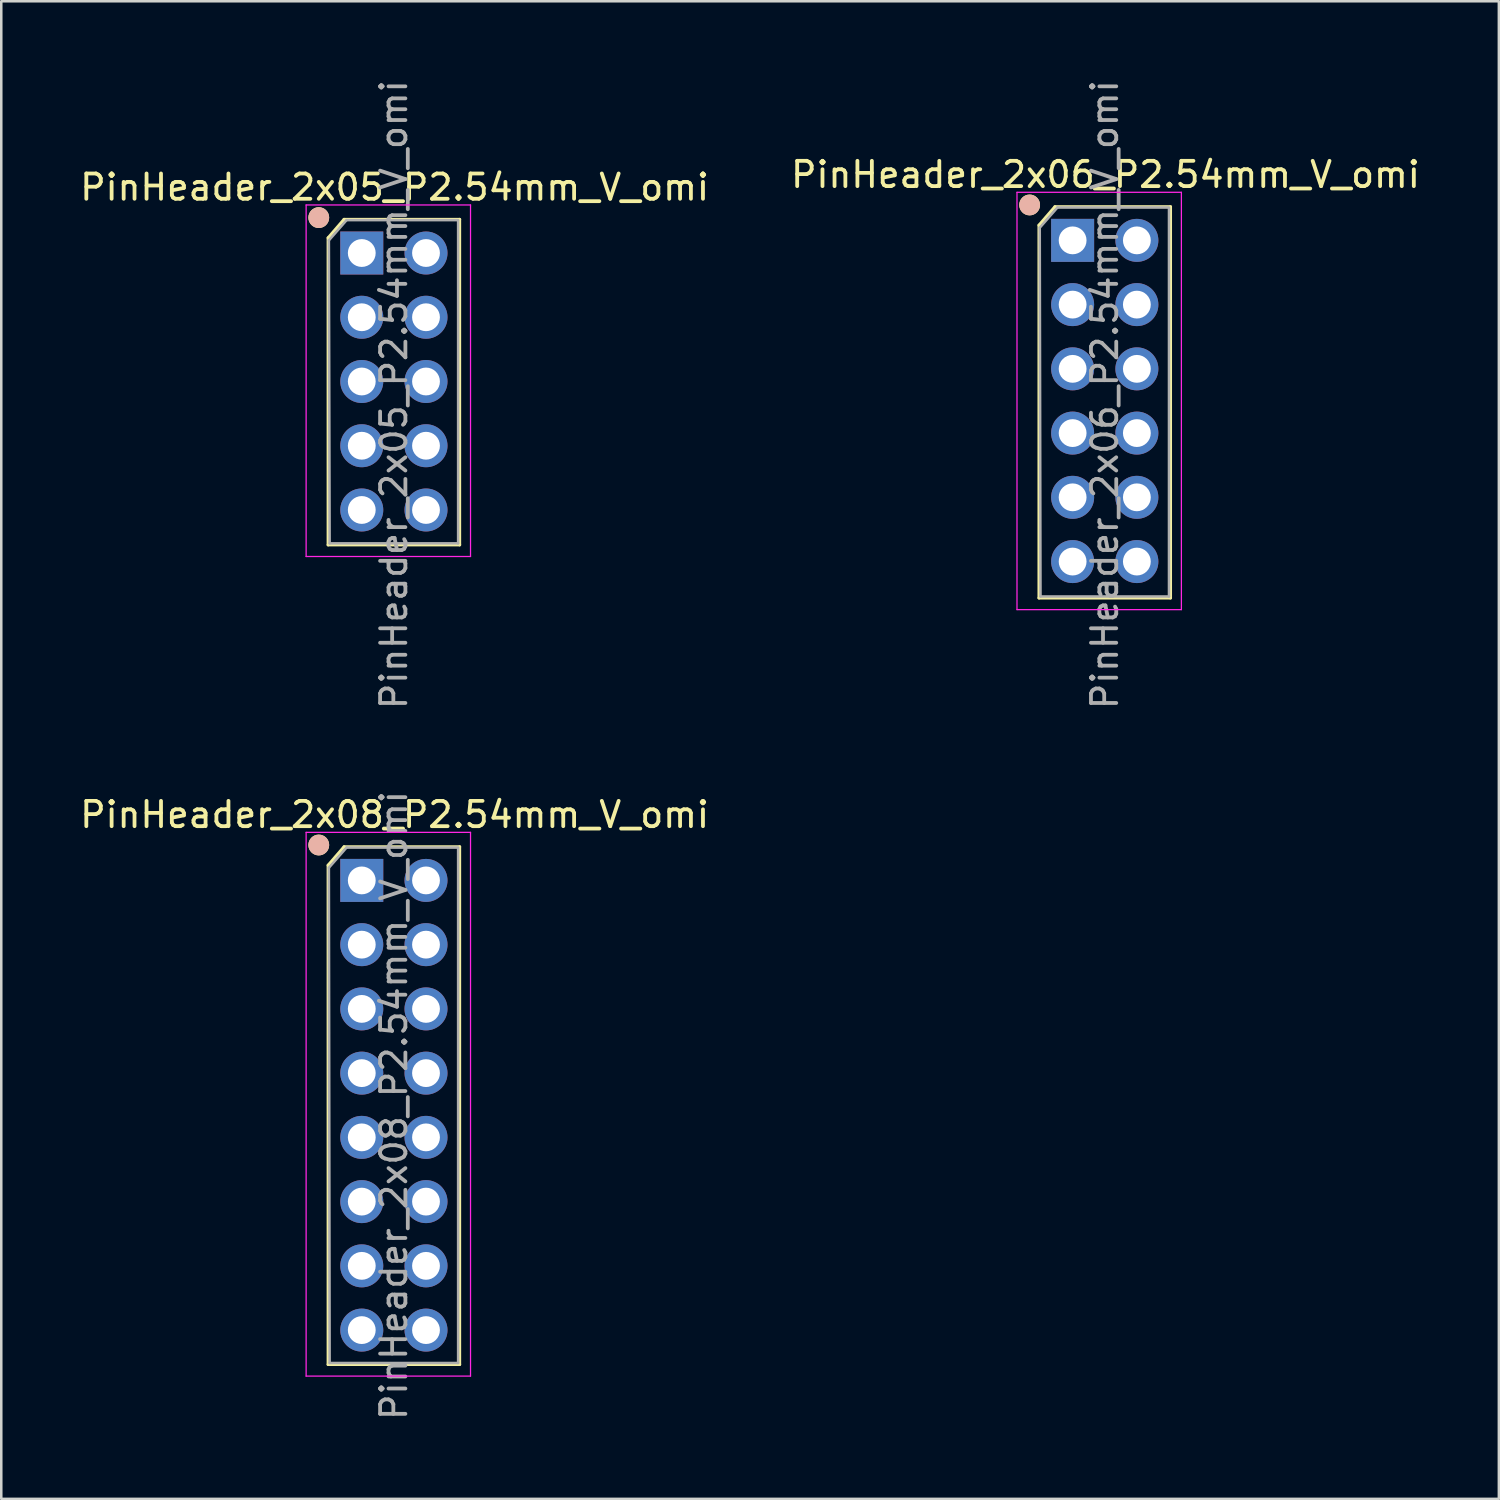
<source format=kicad_pcb>
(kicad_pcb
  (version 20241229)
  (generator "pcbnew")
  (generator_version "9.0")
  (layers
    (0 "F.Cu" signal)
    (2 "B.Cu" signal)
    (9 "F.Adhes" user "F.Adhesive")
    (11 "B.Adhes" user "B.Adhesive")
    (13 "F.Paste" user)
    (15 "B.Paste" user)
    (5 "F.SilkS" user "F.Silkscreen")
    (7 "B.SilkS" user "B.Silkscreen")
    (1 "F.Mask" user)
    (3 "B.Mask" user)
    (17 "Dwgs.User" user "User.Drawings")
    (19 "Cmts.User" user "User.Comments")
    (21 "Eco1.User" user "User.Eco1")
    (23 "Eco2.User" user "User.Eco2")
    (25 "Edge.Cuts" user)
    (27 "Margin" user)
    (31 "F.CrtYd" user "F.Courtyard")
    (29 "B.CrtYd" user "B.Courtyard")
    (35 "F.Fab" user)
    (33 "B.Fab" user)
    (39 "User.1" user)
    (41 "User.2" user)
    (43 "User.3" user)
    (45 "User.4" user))
  (footprint "PinHeader_2x08_P2.54mm_V_omi"
    (layer "F.Cu")
    (at 11.254 31.761)
    (property "Reference" "PinHeader_2x08_P2.54mm_V_omi" (at 1.3 -2.6 0) (layer "F.SilkS") (effects (font (size 1 1) (thickness 0.15))))
    (attr through_hole)
    (fp_line (start -1.33 -0.6) (end -1.33 19.14) (stroke (width 0.12) (type solid)) (layer "F.SilkS"))
    (fp_line (start -1.33 -0.6) (end -0.7 -1.33) (stroke (width 0.12) (type solid)) (layer "F.SilkS"))
    (fp_line (start -1.33 19.14) (end 3.87 19.14) (stroke (width 0.12) (type solid)) (layer "F.SilkS"))
    (fp_line (start -0.7 -1.33) (end 3.87 -1.33) (stroke (width 0.12) (type solid)) (layer "F.SilkS"))
    (fp_line (start 3.87 -1.33) (end 3.87 19.14) (stroke (width 0.12) (type solid)) (layer "F.SilkS"))
    (fp_circle (center -1.7 -1.4) (end -1.339 -1.4) (stroke (width 0.1) (type solid)) (fill yes) (layer "F.SilkS"))
    (fp_circle (center -1.7 -1.4) (end -1.339 -1.4) (stroke (width 0.1) (type solid)) (fill yes) (layer "B.SilkS"))
    (fp_line (start -2.2 -1.9) (end -2.2 19.6) (stroke (width 0.05) (type solid)) (layer "F.CrtYd"))
    (fp_line (start -2.2 19.6) (end 4.3 19.6) (stroke (width 0.05) (type solid)) (layer "F.CrtYd"))
    (fp_line (start 4.3 -1.9) (end -2.2 -1.9) (stroke (width 0.05) (type solid)) (layer "F.CrtYd"))
    (fp_line (start 4.3 19.6) (end 4.3 -1.9) (stroke (width 0.05) (type solid)) (layer "F.CrtYd"))
    (fp_line (start -1.3 -0.5) (end -0.6 -1.3) (stroke (width 0.1) (type solid)) (layer "F.Fab"))
    (fp_line (start -1.27 19.08) (end -1.3 -0.5) (stroke (width 0.1) (type solid)) (layer "F.Fab"))
    (fp_line (start -0.6 -1.3) (end 3.81 -1.3) (stroke (width 0.1) (type solid)) (layer "F.Fab"))
    (fp_line (start 3.81 -1.27) (end 3.81 19.08) (stroke (width 0.1) (type solid)) (layer "F.Fab"))
    (fp_line (start 3.81 19.08) (end -1.27 19.08) (stroke (width 0.1) (type solid)) (layer "F.Fab"))
    (fp_text user "${REFERENCE}" (at 1.27 8.9 90) (layer "F.Fab") (effects (font (size 1 1) (thickness 0.15))))
    (pad "1" thru_hole rect (at 0 0) (size 1.7 1.7) (drill 1.1) (layers "*.Cu" "*.Mask"))
    (pad "2" thru_hole oval (at 2.54 0) (size 1.7 1.7) (drill 1.1) (layers "*.Cu" "*.Mask"))
    (pad "3" thru_hole oval (at 0 2.54) (size 1.7 1.7) (drill 1.1) (layers "*.Cu" "*.Mask"))
    (pad "4" thru_hole oval (at 2.54 2.54) (size 1.7 1.7) (drill 1.1) (layers "*.Cu" "*.Mask"))
    (pad "5" thru_hole oval (at 0 5.08) (size 1.7 1.7) (drill 1.1) (layers "*.Cu" "*.Mask"))
    (pad "6" thru_hole oval (at 2.54 5.08) (size 1.7 1.7) (drill 1.1) (layers "*.Cu" "*.Mask"))
    (pad "7" thru_hole oval (at 0 7.62) (size 1.7 1.7) (drill 1.1) (layers "*.Cu" "*.Mask"))
    (pad "8" thru_hole oval (at 2.54 7.62) (size 1.7 1.7) (drill 1.1) (layers "*.Cu" "*.Mask"))
    (pad "9" thru_hole oval (at 0 10.16) (size 1.7 1.7) (drill 1.1) (layers "*.Cu" "*.Mask"))
    (pad "10" thru_hole oval (at 2.54 10.16) (size 1.7 1.7) (drill 1.1) (layers "*.Cu" "*.Mask"))
    (pad "11" thru_hole oval (at 0 12.7) (size 1.7 1.7) (drill 1.1) (layers "*.Cu" "*.Mask"))
    (pad "12" thru_hole oval (at 2.54 12.7) (size 1.7 1.7) (drill 1.1) (layers "*.Cu" "*.Mask"))
    (pad "13" thru_hole oval (at 0 15.24) (size 1.7 1.7) (drill 1.1) (layers "*.Cu" "*.Mask"))
    (pad "14" thru_hole oval (at 2.54 15.24) (size 1.7 1.7) (drill 1.1) (layers "*.Cu" "*.Mask"))
    (pad "15" thru_hole oval (at 0 17.78) (size 1.7 1.7) (drill 1.1) (layers "*.Cu" "*.Mask"))
    (pad "16" thru_hole oval (at 2.54 17.78) (size 1.7 1.7) (drill 1.1) (layers "*.Cu" "*.Mask")))
  (footprint "PinHeader_2x05_P2.54mm_V_omi"
    (layer "F.Cu")
    (at 11.254 6.954)
    (property "Reference" "PinHeader_2x05_P2.54mm_V_omi" (at 1.3 -2.6 0) (layer "F.SilkS") (effects (font (size 1 1) (thickness 0.15))))
    (attr through_hole)
    (fp_line (start -1.33 -0.6) (end -1.33 11.54) (stroke (width 0.12) (type solid)) (layer "F.SilkS"))
    (fp_line (start -1.33 -0.6) (end -0.7 -1.33) (stroke (width 0.12) (type solid)) (layer "F.SilkS"))
    (fp_line (start -1.33 11.54) (end 3.87 11.54) (stroke (width 0.12) (type solid)) (layer "F.SilkS"))
    (fp_line (start -0.7 -1.33) (end 3.87 -1.33) (stroke (width 0.12) (type solid)) (layer "F.SilkS"))
    (fp_line (start 3.87 -1.33) (end 3.87 11.54) (stroke (width 0.12) (type solid)) (layer "F.SilkS"))
    (fp_circle (center -1.7 -1.4) (end -1.339 -1.4) (stroke (width 0.1) (type solid)) (fill yes) (layer "F.SilkS"))
    (fp_circle (center -1.7 -1.4) (end -1.339 -1.4) (stroke (width 0.1) (type solid)) (fill yes) (layer "B.SilkS"))
    (fp_line (start -2.2 -1.9) (end -2.2 12) (stroke (width 0.05) (type solid)) (layer "F.CrtYd"))
    (fp_line (start -2.2 12) (end 4.3 12) (stroke (width 0.05) (type solid)) (layer "F.CrtYd"))
    (fp_line (start 4.3 -1.9) (end -2.2 -1.9) (stroke (width 0.05) (type solid)) (layer "F.CrtYd"))
    (fp_line (start 4.3 12) (end 4.3 -1.9) (stroke (width 0.05) (type solid)) (layer "F.CrtYd"))
    (fp_line (start -1.3 -0.5) (end -0.6 -1.3) (stroke (width 0.1) (type solid)) (layer "F.Fab"))
    (fp_line (start -1.27 11.48) (end -1.3 -0.5) (stroke (width 0.1) (type solid)) (layer "F.Fab"))
    (fp_line (start -0.6 -1.3) (end 3.81 -1.3) (stroke (width 0.1) (type solid)) (layer "F.Fab"))
    (fp_line (start 3.81 -1.27) (end 3.81 11.48) (stroke (width 0.1) (type solid)) (layer "F.Fab"))
    (fp_line (start 3.81 11.48) (end -1.27 11.48) (stroke (width 0.1) (type solid)) (layer "F.Fab"))
    (fp_text user "${REFERENCE}" (at 1.27 5.6 90) (layer "F.Fab") (effects (font (size 1 1) (thickness 0.15))))
    (pad "1" thru_hole rect (at 0 0) (size 1.7 1.7) (drill 1.1) (layers "*.Cu" "*.Mask"))
    (pad "2" thru_hole oval (at 2.54 0) (size 1.7 1.7) (drill 1.1) (layers "*.Cu" "*.Mask"))
    (pad "3" thru_hole oval (at 0 2.54) (size 1.7 1.7) (drill 1.1) (layers "*.Cu" "*.Mask"))
    (pad "4" thru_hole oval (at 2.54 2.54) (size 1.7 1.7) (drill 1.1) (layers "*.Cu" "*.Mask"))
    (pad "5" thru_hole oval (at 0 5.08) (size 1.7 1.7) (drill 1.1) (layers "*.Cu" "*.Mask"))
    (pad "6" thru_hole oval (at 2.54 5.08) (size 1.7 1.7) (drill 1.1) (layers "*.Cu" "*.Mask"))
    (pad "7" thru_hole oval (at 0 7.62) (size 1.7 1.7) (drill 1.1) (layers "*.Cu" "*.Mask"))
    (pad "8" thru_hole oval (at 2.54 7.62) (size 1.7 1.7) (drill 1.1) (layers "*.Cu" "*.Mask"))
    (pad "9" thru_hole oval (at 0 10.16) (size 1.7 1.7) (drill 1.1) (layers "*.Cu" "*.Mask"))
    (pad "10" thru_hole oval (at 2.54 10.16) (size 1.7 1.7) (drill 1.1) (layers "*.Cu" "*.Mask")))
  (footprint "PinHeader_2x06_P2.54mm_V_omi"
    (layer "F.Cu")
    (at 39.361 6.454)
    (property "Reference" "PinHeader_2x06_P2.54mm_V_omi" (at 1.3 -2.6 0) (layer "F.SilkS") (effects (font (size 1 1) (thickness 0.15))))
    (attr through_hole)
    (fp_line (start -1.33 -0.6) (end -1.33 14.14) (stroke (width 0.12) (type solid)) (layer "F.SilkS"))
    (fp_line (start -1.33 -0.6) (end -0.7 -1.33) (stroke (width 0.12) (type solid)) (layer "F.SilkS"))
    (fp_line (start -1.33 14.14) (end 3.87 14.14) (stroke (width 0.12) (type solid)) (layer "F.SilkS"))
    (fp_line (start -0.7 -1.33) (end 3.87 -1.33) (stroke (width 0.12) (type solid)) (layer "F.SilkS"))
    (fp_line (start 3.87 -1.33) (end 3.87 14.14) (stroke (width 0.12) (type solid)) (layer "F.SilkS"))
    (fp_circle (center -1.7 -1.4) (end -1.339 -1.4) (stroke (width 0.1) (type solid)) (fill yes) (layer "F.SilkS"))
    (fp_circle (center -1.7 -1.4) (end -1.339 -1.4) (stroke (width 0.1) (type solid)) (fill yes) (layer "B.SilkS"))
    (fp_line (start -2.2 -1.9) (end -2.2 14.6) (stroke (width 0.05) (type solid)) (layer "F.CrtYd"))
    (fp_line (start -2.2 14.6) (end 4.3 14.6) (stroke (width 0.05) (type solid)) (layer "F.CrtYd"))
    (fp_line (start 4.3 -1.9) (end -2.2 -1.9) (stroke (width 0.05) (type solid)) (layer "F.CrtYd"))
    (fp_line (start 4.3 14.6) (end 4.3 -1.9) (stroke (width 0.05) (type solid)) (layer "F.CrtYd"))
    (fp_line (start -1.3 -0.5) (end -0.6 -1.3) (stroke (width 0.1) (type solid)) (layer "F.Fab"))
    (fp_line (start -1.27 14.08) (end -1.3 -0.5) (stroke (width 0.1) (type solid)) (layer "F.Fab"))
    (fp_line (start -0.6 -1.3) (end 3.81 -1.3) (stroke (width 0.1) (type solid)) (layer "F.Fab"))
    (fp_line (start 3.81 -1.27) (end 3.81 14.08) (stroke (width 0.1) (type solid)) (layer "F.Fab"))
    (fp_line (start 3.81 14.08) (end -1.27 14.08) (stroke (width 0.1) (type solid)) (layer "F.Fab"))
    (fp_text user "${REFERENCE}" (at 1.27 6.1 90) (layer "F.Fab") (effects (font (size 1 1) (thickness 0.15))))
    (pad "1" thru_hole rect (at 0 0) (size 1.7 1.7) (drill 1.1) (layers "*.Cu" "*.Mask"))
    (pad "2" thru_hole oval (at 2.54 0) (size 1.7 1.7) (drill 1.1) (layers "*.Cu" "*.Mask"))
    (pad "3" thru_hole oval (at 0 2.54) (size 1.7 1.7) (drill 1.1) (layers "*.Cu" "*.Mask"))
    (pad "4" thru_hole oval (at 2.54 2.54) (size 1.7 1.7) (drill 1.1) (layers "*.Cu" "*.Mask"))
    (pad "5" thru_hole oval (at 0 5.08) (size 1.7 1.7) (drill 1.1) (layers "*.Cu" "*.Mask"))
    (pad "6" thru_hole oval (at 2.54 5.08) (size 1.7 1.7) (drill 1.1) (layers "*.Cu" "*.Mask"))
    (pad "7" thru_hole oval (at 0 7.62) (size 1.7 1.7) (drill 1.1) (layers "*.Cu" "*.Mask"))
    (pad "8" thru_hole oval (at 2.54 7.62) (size 1.7 1.7) (drill 1.1) (layers "*.Cu" "*.Mask"))
    (pad "9" thru_hole oval (at 0 10.16) (size 1.7 1.7) (drill 1.1) (layers "*.Cu" "*.Mask"))
    (pad "10" thru_hole oval (at 2.54 10.16) (size 1.7 1.7) (drill 1.1) (layers "*.Cu" "*.Mask"))
    (pad "11" thru_hole oval (at 0 12.7) (size 1.7 1.7) (drill 1.1) (layers "*.Cu" "*.Mask"))
    (pad "12" thru_hole oval (at 2.54 12.7) (size 1.7 1.7) (drill 1.1) (layers "*.Cu" "*.Mask")))
  (gr_rect
    (start -3 -3)
    (end 56.214 56.214)
    (stroke (width 0.1) (type default))
    (fill no)
    (layer "Edge.Cuts")))
</source>
